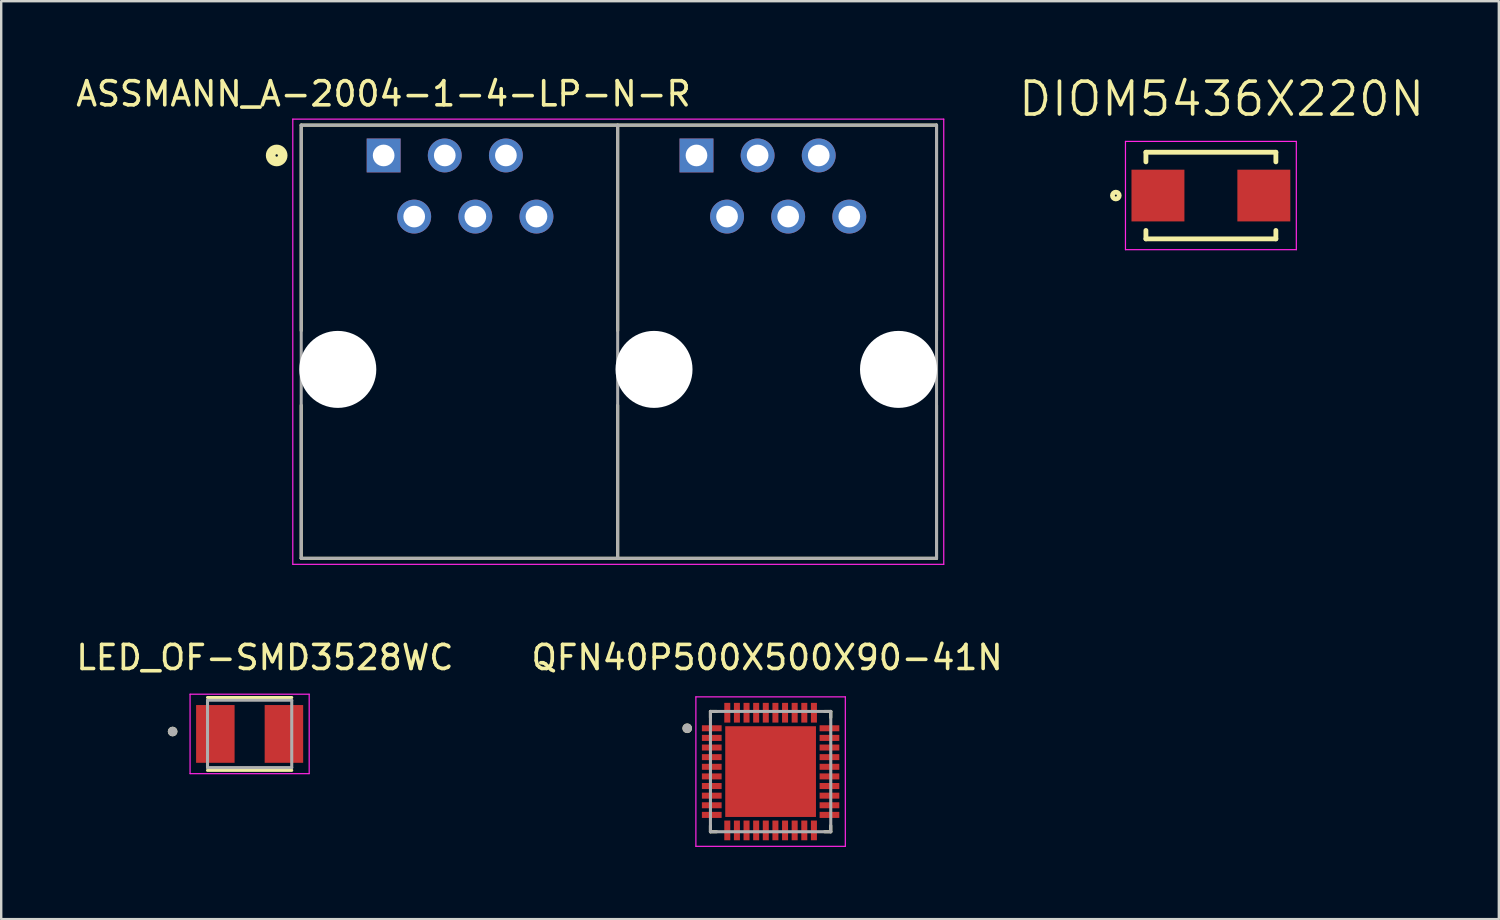
<source format=kicad_pcb>
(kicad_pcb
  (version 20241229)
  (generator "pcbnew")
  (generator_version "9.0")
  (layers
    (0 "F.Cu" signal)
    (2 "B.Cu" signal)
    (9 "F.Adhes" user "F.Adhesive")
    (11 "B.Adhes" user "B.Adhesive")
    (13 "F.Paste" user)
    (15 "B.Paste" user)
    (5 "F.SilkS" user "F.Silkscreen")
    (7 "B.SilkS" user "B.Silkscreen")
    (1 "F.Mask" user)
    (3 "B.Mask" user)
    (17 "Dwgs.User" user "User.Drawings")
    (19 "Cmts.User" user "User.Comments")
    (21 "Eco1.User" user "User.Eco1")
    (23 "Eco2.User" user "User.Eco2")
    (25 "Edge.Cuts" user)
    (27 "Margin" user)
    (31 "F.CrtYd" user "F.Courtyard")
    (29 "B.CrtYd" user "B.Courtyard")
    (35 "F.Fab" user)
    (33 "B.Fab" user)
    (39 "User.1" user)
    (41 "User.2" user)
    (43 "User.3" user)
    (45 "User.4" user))
  (footprint "LED_OF-SMD3528WC"
    (layer "F.Cu")
    (at 7.323 27.448)
    (property "Reference" "LED_OF-SMD3528WC" (at 0.635 -3.175 0) (layer "F.SilkS") (effects (font (size 1 1) (thickness 0.15))))
    (attr smd)
    (fp_line (start -1.75 -1.514) (end 1.75 -1.514) (stroke (width 0.127) (type solid)) (layer "F.SilkS"))
    (fp_line (start -1.75 1.514) (end 1.75 1.514) (stroke (width 0.127) (type solid)) (layer "F.SilkS"))
    (fp_circle (center -3.2 -0.1) (end -3.1 -0.1) (stroke (width 0.2) (type solid)) (fill no) (layer "F.SilkS"))
    (fp_line (start -2.475 -1.65) (end 2.475 -1.65) (stroke (width 0.05) (type solid)) (layer "F.CrtYd"))
    (fp_line (start -2.475 1.65) (end -2.475 -1.65) (stroke (width 0.05) (type solid)) (layer "F.CrtYd"))
    (fp_line (start 2.475 -1.65) (end 2.475 1.65) (stroke (width 0.05) (type solid)) (layer "F.CrtYd"))
    (fp_line (start 2.475 1.65) (end -2.475 1.65) (stroke (width 0.05) (type solid)) (layer "F.CrtYd"))
    (fp_line (start -1.75 -1.4) (end 1.75 -1.4) (stroke (width 0.127) (type solid)) (layer "F.Fab"))
    (fp_line (start -1.75 1.4) (end -1.75 -1.4) (stroke (width 0.127) (type solid)) (layer "F.Fab"))
    (fp_line (start 1.75 -1.4) (end 1.75 1.4) (stroke (width 0.127) (type solid)) (layer "F.Fab"))
    (fp_line (start 1.75 1.4) (end -1.75 1.4) (stroke (width 0.127) (type solid)) (layer "F.Fab"))
    (fp_circle (center -3.2 -0.1) (end -3.1 -0.1) (stroke (width 0.2) (type solid)) (fill no) (layer "F.Fab"))
    (pad "1" smd rect (at -1.425 0) (size 1.6 2.4) (layers "F.Cu" "F.Mask" "F.Paste"))
    (pad "2" smd rect (at 1.425 0) (size 1.6 2.4) (layers "F.Cu" "F.Mask" "F.Paste")))
  (footprint "ASSMANN_A-2004-1-4-LP-N-R"
    (layer "F.Cu")
    (at 16.067 12.3)
    (property "Reference" "ASSMANN_A-2004-1-4-LP-N-R" (at -3.181 -11.451 0) (layer "F.SilkS") (effects (font (size 1.002 1.002) (thickness 0.15))))
    (attr through_hole)
    (fp_line (start -6.6 -10.15) (end 19.8 -10.15) (stroke (width 0.127) (type solid)) (layer "F.SilkS"))
    (fp_line (start -6.6 -1.61) (end -6.6 -10.15) (stroke (width 0.127) (type solid)) (layer "F.SilkS"))
    (fp_line (start -6.6 7.85) (end -6.6 1.49) (stroke (width 0.127) (type solid)) (layer "F.SilkS"))
    (fp_line (start 6.55 -10.15) (end 6.55 -1.61) (stroke (width 0.127) (type solid)) (layer "F.SilkS"))
    (fp_line (start 6.55 1.49) (end 6.55 7.85) (stroke (width 0.127) (type solid)) (layer "F.SilkS"))
    (fp_line (start 19.8 -1.61) (end 19.8 -10.15) (stroke (width 0.127) (type solid)) (layer "F.SilkS"))
    (fp_line (start 19.8 7.85) (end -6.6 7.85) (stroke (width 0.127) (type solid)) (layer "F.SilkS"))
    (fp_line (start 19.8 7.85) (end 19.8 1.49) (stroke (width 0.127) (type solid)) (layer "F.SilkS"))
    (fp_circle (center -7.62 -8.89) (end -7.57 -8.89) (stroke (width 0.4) (type solid)) (fill no) (layer "F.SilkS"))
    (fp_line (start -6.95 -10.4) (end 20.1 -10.4) (stroke (width 0.05) (type solid)) (layer "F.CrtYd"))
    (fp_line (start -6.95 8.1) (end -6.95 -10.4) (stroke (width 0.05) (type solid)) (layer "F.CrtYd"))
    (fp_line (start 20.1 8.1) (end -6.95 8.1) (stroke (width 0.05) (type solid)) (layer "F.CrtYd"))
    (fp_line (start 20.1 8.1) (end 20.1 -10.4) (stroke (width 0.05) (type solid)) (layer "F.CrtYd"))
    (fp_line (start -6.6 -10.15) (end 19.8 -10.15) (stroke (width 0.127) (type solid)) (layer "F.Fab"))
    (fp_line (start -6.6 7.85) (end -6.6 -10.15) (stroke (width 0.127) (type solid)) (layer "F.Fab"))
    (fp_line (start 6.55 -10.15) (end 6.55 7.85) (stroke (width 0.127) (type solid)) (layer "F.Fab"))
    (fp_line (start 19.8 7.85) (end -6.6 7.85) (stroke (width 0.127) (type solid)) (layer "F.Fab"))
    (fp_line (start 19.8 7.85) (end 19.8 -10.15) (stroke (width 0.127) (type solid)) (layer "F.Fab"))
    (pad "" np_thru_hole circle (at -5.08 0) (size 3.2 3.2) (drill 3.2) (layers "*.Cu" "*.Mask"))
    (pad "" np_thru_hole circle (at 8.06 0) (size 3.2 3.2) (drill 3.2) (layers "*.Cu" "*.Mask"))
    (pad "" np_thru_hole circle (at 18.22 0) (size 3.2 3.2) (drill 3.2) (layers "*.Cu" "*.Mask"))
    (pad "1" thru_hole rect (at -3.175 -8.89) (size 1.408 1.408) (drill 0.9) (layers "*.Cu" "*.Mask"))
    (pad "1" thru_hole rect (at 9.825 -8.89) (size 1.408 1.408) (drill 0.9) (layers "*.Cu" "*.Mask"))
    (pad "2" thru_hole circle (at -1.905 -6.35) (size 1.408 1.408) (drill 0.9) (layers "*.Cu" "*.Mask"))
    (pad "2" thru_hole circle (at 11.095 -6.35) (size 1.408 1.408) (drill 0.9) (layers "*.Cu" "*.Mask"))
    (pad "3" thru_hole circle (at -0.635 -8.89) (size 1.408 1.408) (drill 0.9) (layers "*.Cu" "*.Mask"))
    (pad "3" thru_hole circle (at 12.365 -8.89) (size 1.408 1.408) (drill 0.9) (layers "*.Cu" "*.Mask"))
    (pad "4" thru_hole circle (at 0.635 -6.35) (size 1.408 1.408) (drill 0.9) (layers "*.Cu" "*.Mask"))
    (pad "4" thru_hole circle (at 13.635 -6.35) (size 1.408 1.408) (drill 0.9) (layers "*.Cu" "*.Mask"))
    (pad "5" thru_hole circle (at 1.905 -8.89) (size 1.408 1.408) (drill 0.9) (layers "*.Cu" "*.Mask"))
    (pad "5" thru_hole circle (at 14.905 -8.89) (size 1.408 1.408) (drill 0.9) (layers "*.Cu" "*.Mask"))
    (pad "6" thru_hole circle (at 3.175 -6.35) (size 1.408 1.408) (drill 0.9) (layers "*.Cu" "*.Mask"))
    (pad "6" thru_hole circle (at 16.175 -6.35) (size 1.408 1.408) (drill 0.9) (layers "*.Cu" "*.Mask")))
  (footprint "QFN40P500X500X90-41N"
    (layer "F.Cu")
    (at 28.972 29.013)
    (property "Reference" "QFN40P500X500X90-41N" (at -0.145 -4.74 0) (layer "F.SilkS") (effects (font (size 1 1) (thickness 0.15))))
    (attr through_hole)
    (fp_line (start -2.5 -2.5) (end -2.5 -2.245) (stroke (width 0.127) (type solid)) (layer "F.SilkS"))
    (fp_line (start -2.5 -2.5) (end -2.245 -2.5) (stroke (width 0.127) (type solid)) (layer "F.SilkS"))
    (fp_line (start -2.5 2.5) (end -2.5 2.245) (stroke (width 0.127) (type solid)) (layer "F.SilkS"))
    (fp_line (start -2.5 2.5) (end -2.245 2.5) (stroke (width 0.127) (type solid)) (layer "F.SilkS"))
    (fp_line (start 2.5 -2.5) (end 2.245 -2.5) (stroke (width 0.127) (type solid)) (layer "F.SilkS"))
    (fp_line (start 2.5 -2.5) (end 2.5 -2.245) (stroke (width 0.127) (type solid)) (layer "F.SilkS"))
    (fp_line (start 2.5 2.5) (end 2.245 2.5) (stroke (width 0.127) (type solid)) (layer "F.SilkS"))
    (fp_line (start 2.5 2.5) (end 2.5 2.245) (stroke (width 0.127) (type solid)) (layer "F.SilkS"))
    (fp_circle (center -3.465 -1.8) (end -3.365 -1.8) (stroke (width 0.2) (type solid)) (fill no) (layer "F.SilkS"))
    (fp_poly (pts (xy -1.19 -1.19) (xy 1.19 -1.19) (xy 1.19 1.19) (xy -1.19 1.19)) (stroke (width 0.01) (type solid)) (fill yes) (layer "F.Paste"))
    (fp_line (start -3.105 -3.105) (end 3.105 -3.105) (stroke (width 0.05) (type solid)) (layer "F.CrtYd"))
    (fp_line (start -3.105 3.105) (end -3.105 -3.105) (stroke (width 0.05) (type solid)) (layer "F.CrtYd"))
    (fp_line (start -3.105 3.105) (end 3.105 3.105) (stroke (width 0.05) (type solid)) (layer "F.CrtYd"))
    (fp_line (start 3.105 3.105) (end 3.105 -3.105) (stroke (width 0.05) (type solid)) (layer "F.CrtYd"))
    (fp_line (start -2.5 2.5) (end -2.5 -2.5) (stroke (width 0.127) (type solid)) (layer "F.Fab"))
    (fp_line (start 2.5 -2.5) (end -2.5 -2.5) (stroke (width 0.127) (type solid)) (layer "F.Fab"))
    (fp_line (start 2.5 2.5) (end -2.5 2.5) (stroke (width 0.127) (type solid)) (layer "F.Fab"))
    (fp_line (start 2.5 2.5) (end 2.5 -2.5) (stroke (width 0.127) (type solid)) (layer "F.Fab"))
    (fp_circle (center -3.465 -1.8) (end -3.365 -1.8) (stroke (width 0.2) (type solid)) (fill no) (layer "F.Fab"))
    (pad "1" smd roundrect (at -2.445 -1.8) (size 0.82 0.25) (layers "F.Cu" "F.Mask" "F.Paste") (roundrect_rratio 0.03))
    (pad "2" smd roundrect (at -2.445 -1.4) (size 0.82 0.25) (layers "F.Cu" "F.Mask" "F.Paste") (roundrect_rratio 0.03))
    (pad "3" smd roundrect (at -2.445 -1) (size 0.82 0.25) (layers "F.Cu" "F.Mask" "F.Paste") (roundrect_rratio 0.03))
    (pad "4" smd roundrect (at -2.445 -0.6) (size 0.82 0.25) (layers "F.Cu" "F.Mask" "F.Paste") (roundrect_rratio 0.03))
    (pad "5" smd roundrect (at -2.445 -0.2) (size 0.82 0.25) (layers "F.Cu" "F.Mask" "F.Paste") (roundrect_rratio 0.03))
    (pad "6" smd roundrect (at -2.445 0.2) (size 0.82 0.25) (layers "F.Cu" "F.Mask" "F.Paste") (roundrect_rratio 0.03))
    (pad "7" smd roundrect (at -2.445 0.6) (size 0.82 0.25) (layers "F.Cu" "F.Mask" "F.Paste") (roundrect_rratio 0.03))
    (pad "8" smd roundrect (at -2.445 1) (size 0.82 0.25) (layers "F.Cu" "F.Mask" "F.Paste") (roundrect_rratio 0.03))
    (pad "9" smd roundrect (at -2.445 1.4) (size 0.82 0.25) (layers "F.Cu" "F.Mask" "F.Paste") (roundrect_rratio 0.03))
    (pad "10" smd roundrect (at -2.445 1.8) (size 0.82 0.25) (layers "F.Cu" "F.Mask" "F.Paste") (roundrect_rratio 0.03))
    (pad "11" smd roundrect (at -1.8 2.445 90) (size 0.82 0.25) (layers "F.Cu" "F.Mask" "F.Paste") (roundrect_rratio 0.03))
    (pad "12" smd roundrect (at -1.4 2.445 90) (size 0.82 0.25) (layers "F.Cu" "F.Mask" "F.Paste") (roundrect_rratio 0.03))
    (pad "13" smd roundrect (at -1 2.445 90) (size 0.82 0.25) (layers "F.Cu" "F.Mask" "F.Paste") (roundrect_rratio 0.03))
    (pad "14" smd roundrect (at -0.6 2.445 90) (size 0.82 0.25) (layers "F.Cu" "F.Mask" "F.Paste") (roundrect_rratio 0.03))
    (pad "15" smd roundrect (at -0.2 2.445 90) (size 0.82 0.25) (layers "F.Cu" "F.Mask" "F.Paste") (roundrect_rratio 0.03))
    (pad "16" smd roundrect (at 0.2 2.445 90) (size 0.82 0.25) (layers "F.Cu" "F.Mask" "F.Paste") (roundrect_rratio 0.03))
    (pad "17" smd roundrect (at 0.6 2.445 90) (size 0.82 0.25) (layers "F.Cu" "F.Mask" "F.Paste") (roundrect_rratio 0.03))
    (pad "18" smd roundrect (at 1 2.445 90) (size 0.82 0.25) (layers "F.Cu" "F.Mask" "F.Paste") (roundrect_rratio 0.03))
    (pad "19" smd roundrect (at 1.4 2.445 90) (size 0.82 0.25) (layers "F.Cu" "F.Mask" "F.Paste") (roundrect_rratio 0.03))
    (pad "20" smd roundrect (at 1.8 2.445 90) (size 0.82 0.25) (layers "F.Cu" "F.Mask" "F.Paste") (roundrect_rratio 0.03))
    (pad "21" smd roundrect (at 2.445 1.8) (size 0.82 0.25) (layers "F.Cu" "F.Mask" "F.Paste") (roundrect_rratio 0.03))
    (pad "22" smd roundrect (at 2.445 1.4) (size 0.82 0.25) (layers "F.Cu" "F.Mask" "F.Paste") (roundrect_rratio 0.03))
    (pad "23" smd roundrect (at 2.445 1) (size 0.82 0.25) (layers "F.Cu" "F.Mask" "F.Paste") (roundrect_rratio 0.03))
    (pad "24" smd roundrect (at 2.445 0.6) (size 0.82 0.25) (layers "F.Cu" "F.Mask" "F.Paste") (roundrect_rratio 0.03))
    (pad "25" smd roundrect (at 2.445 0.2) (size 0.82 0.25) (layers "F.Cu" "F.Mask" "F.Paste") (roundrect_rratio 0.03))
    (pad "26" smd roundrect (at 2.445 -0.2) (size 0.82 0.25) (layers "F.Cu" "F.Mask" "F.Paste") (roundrect_rratio 0.03))
    (pad "27" smd roundrect (at 2.445 -0.6) (size 0.82 0.25) (layers "F.Cu" "F.Mask" "F.Paste") (roundrect_rratio 0.03))
    (pad "28" smd roundrect (at 2.445 -1) (size 0.82 0.25) (layers "F.Cu" "F.Mask" "F.Paste") (roundrect_rratio 0.03))
    (pad "29" smd roundrect (at 2.445 -1.4) (size 0.82 0.25) (layers "F.Cu" "F.Mask" "F.Paste") (roundrect_rratio 0.03))
    (pad "30" smd roundrect (at 2.445 -1.8) (size 0.82 0.25) (layers "F.Cu" "F.Mask" "F.Paste") (roundrect_rratio 0.03))
    (pad "31" smd roundrect (at 1.8 -2.445 90) (size 0.82 0.25) (layers "F.Cu" "F.Mask" "F.Paste") (roundrect_rratio 0.03))
    (pad "32" smd roundrect (at 1.4 -2.445 90) (size 0.82 0.25) (layers "F.Cu" "F.Mask" "F.Paste") (roundrect_rratio 0.03))
    (pad "33" smd roundrect (at 1 -2.445 90) (size 0.82 0.25) (layers "F.Cu" "F.Mask" "F.Paste") (roundrect_rratio 0.03))
    (pad "34" smd roundrect (at 0.6 -2.445 90) (size 0.82 0.25) (layers "F.Cu" "F.Mask" "F.Paste") (roundrect_rratio 0.03))
    (pad "35" smd roundrect (at 0.2 -2.445 90) (size 0.82 0.25) (layers "F.Cu" "F.Mask" "F.Paste") (roundrect_rratio 0.03))
    (pad "36" smd roundrect (at -0.2 -2.445 90) (size 0.82 0.25) (layers "F.Cu" "F.Mask" "F.Paste") (roundrect_rratio 0.03))
    (pad "37" smd roundrect (at -0.6 -2.445 90) (size 0.82 0.25) (layers "F.Cu" "F.Mask" "F.Paste") (roundrect_rratio 0.03))
    (pad "38" smd roundrect (at -1 -2.445 90) (size 0.82 0.25) (layers "F.Cu" "F.Mask" "F.Paste") (roundrect_rratio 0.03))
    (pad "39" smd roundrect (at -1.4 -2.445 90) (size 0.82 0.25) (layers "F.Cu" "F.Mask" "F.Paste") (roundrect_rratio 0.03))
    (pad "40" smd roundrect (at -1.8 -2.445 90) (size 0.82 0.25) (layers "F.Cu" "F.Mask" "F.Paste") (roundrect_rratio 0.03))
    (pad "41" smd rect (at 0 0) (size 3.77 3.77) (layers "F.Cu" "F.Mask")))
  (footprint "DIOM5436X220N"
    (layer "F.Cu")
    (at 47.268 5.076)
    (property "Reference" "DIOM5436X220N" (at 0.445 -4.013 0) (layer "F.SilkS") (effects (font (size 1.367 1.367) (thickness 0.15))))
    (attr through_hole)
    (fp_line (start -2.7 -1.8) (end -2.7 -1.4) (stroke (width 0.2) (type solid)) (layer "F.SilkS"))
    (fp_line (start -2.7 -1.8) (end 2.7 -1.8) (stroke (width 0.2) (type solid)) (layer "F.SilkS"))
    (fp_line (start -2.7 1.8) (end -2.7 1.45) (stroke (width 0.2) (type solid)) (layer "F.SilkS"))
    (fp_line (start -2.7 1.8) (end 2.7 1.8) (stroke (width 0.2) (type solid)) (layer "F.SilkS"))
    (fp_line (start 2.7 -1.8) (end 2.7 -1.4) (stroke (width 0.2) (type solid)) (layer "F.SilkS"))
    (fp_line (start 2.7 1.8) (end 2.7 1.45) (stroke (width 0.2) (type solid)) (layer "F.SilkS"))
    (fp_circle (center -3.95 0) (end -3.809 0) (stroke (width 0.2) (type solid)) (fill no) (layer "F.SilkS"))
    (fp_line (start -3.55 -2.25) (end 3.55 -2.25) (stroke (width 0.05) (type solid)) (layer "F.CrtYd"))
    (fp_line (start -3.55 2.25) (end -3.55 -2.25) (stroke (width 0.05) (type solid)) (layer "F.CrtYd"))
    (fp_line (start 3.55 -2.25) (end 3.55 2.25) (stroke (width 0.05) (type solid)) (layer "F.CrtYd"))
    (fp_line (start 3.55 2.25) (end -3.55 2.25) (stroke (width 0.05) (type solid)) (layer "F.CrtYd"))
    (pad "A" smd rect (at 2.2 0) (size 2.2 2.15) (layers "F.Cu" "F.Mask" "F.Paste"))
    (pad "C" smd rect (at -2.2 0) (size 2.2 2.15) (layers "F.Cu" "F.Mask" "F.Paste")))
  (gr_rect
    (start -3 -3)
    (end 59.233 35.143)
    (stroke (width 0.1) (type default))
    (fill no)
    (layer "Edge.Cuts")))
</source>
